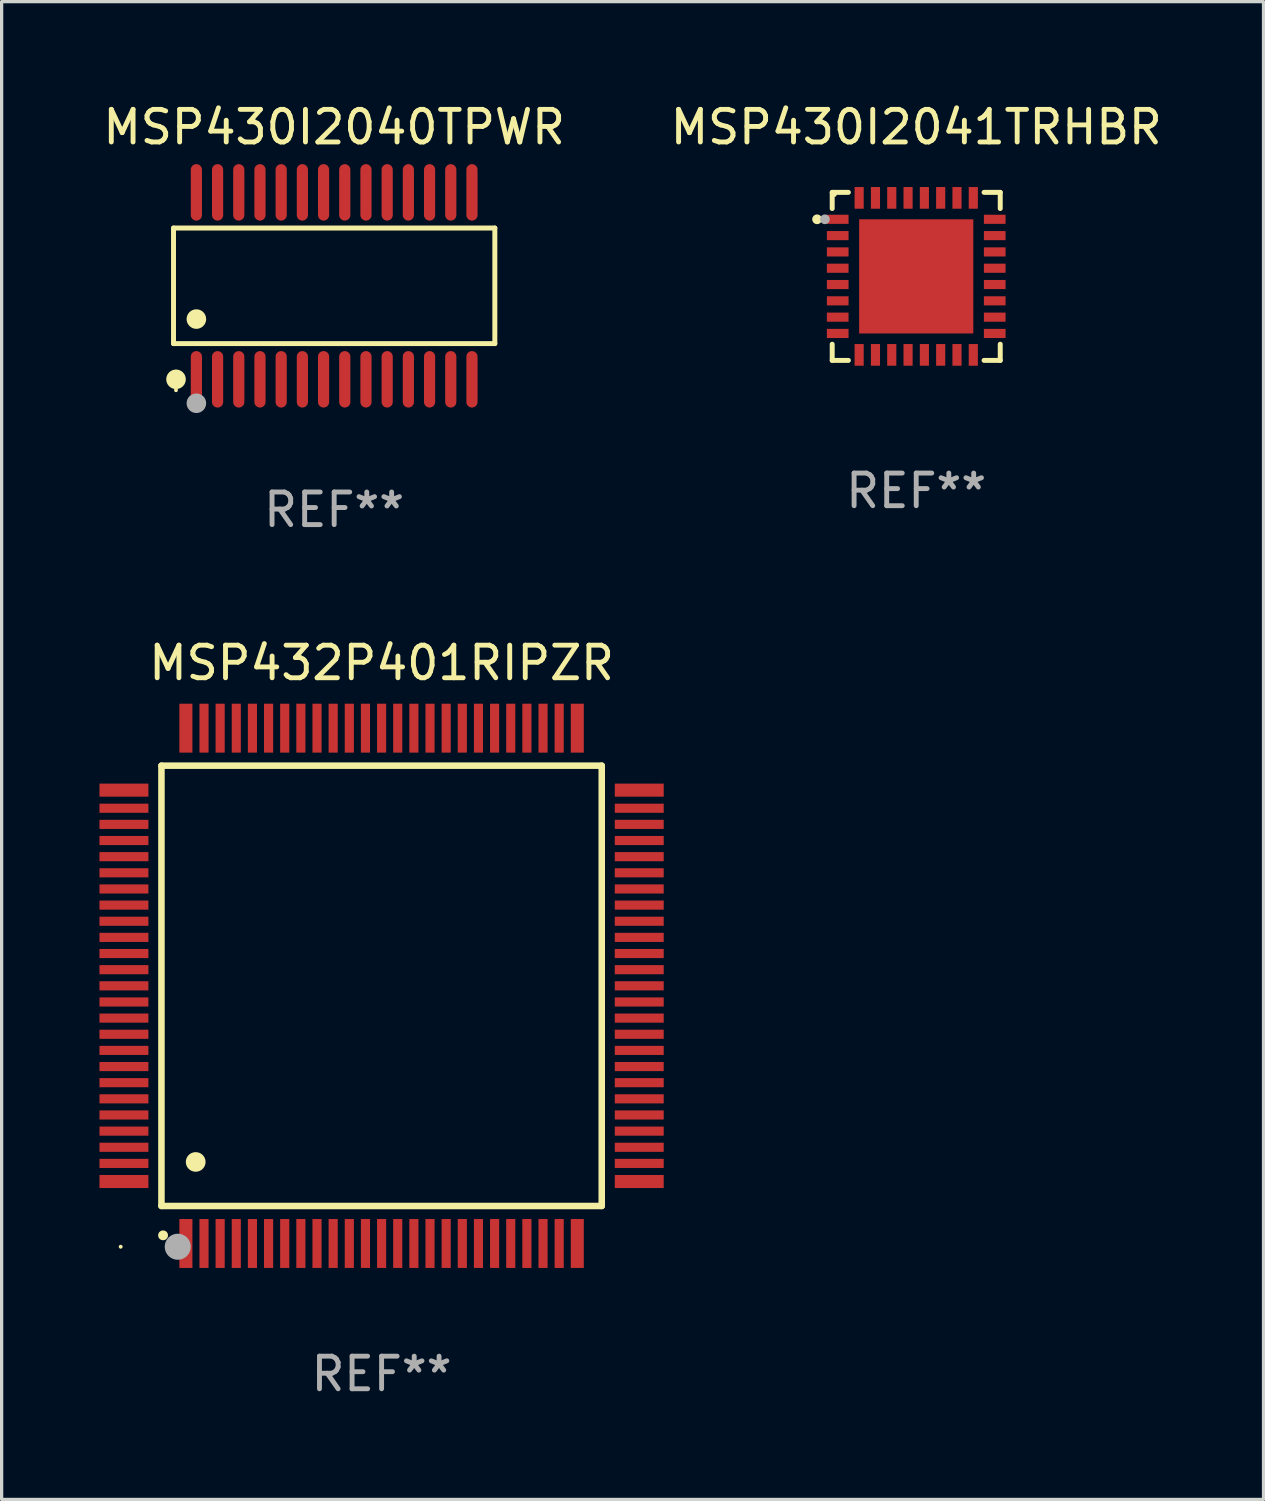
<source format=kicad_pcb>
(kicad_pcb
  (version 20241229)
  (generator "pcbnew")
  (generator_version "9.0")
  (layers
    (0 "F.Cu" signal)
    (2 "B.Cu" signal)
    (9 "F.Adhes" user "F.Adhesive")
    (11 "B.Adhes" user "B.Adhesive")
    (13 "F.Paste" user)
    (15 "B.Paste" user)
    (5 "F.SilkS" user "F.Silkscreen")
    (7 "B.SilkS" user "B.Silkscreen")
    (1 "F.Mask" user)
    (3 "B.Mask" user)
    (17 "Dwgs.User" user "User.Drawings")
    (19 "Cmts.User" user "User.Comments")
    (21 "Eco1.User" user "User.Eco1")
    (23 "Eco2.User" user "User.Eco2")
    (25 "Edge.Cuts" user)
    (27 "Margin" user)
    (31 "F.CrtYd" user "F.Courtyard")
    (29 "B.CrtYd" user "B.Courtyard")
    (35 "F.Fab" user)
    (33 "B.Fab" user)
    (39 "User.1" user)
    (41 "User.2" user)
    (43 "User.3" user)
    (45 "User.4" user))
  (footprint "MSP430I2041TRHBR"
    (layer "F.Cu")
    (at 25.042 5.424)
    (property "Reference" "MSP430I2041TRHBR" (at 0 -4.576 0) (layer "F.SilkS") (effects (font (size 1 1) (thickness 0.15))))
    (attr through_hole)
    (fp_line (start -2.576 -2.576) (end -2.576 -2.08) (stroke (width 0.152) (type solid)) (layer "F.SilkS"))
    (fp_line (start -2.576 2.576) (end -2.576 2.08) (stroke (width 0.152) (type solid)) (layer "F.SilkS"))
    (fp_line (start -2.08 -2.576) (end -2.576 -2.576) (stroke (width 0.152) (type solid)) (layer "F.SilkS"))
    (fp_line (start -2.08 2.576) (end -2.576 2.576) (stroke (width 0.152) (type solid)) (layer "F.SilkS"))
    (fp_line (start 2.08 -2.576) (end 2.576 -2.576) (stroke (width 0.152) (type solid)) (layer "F.SilkS"))
    (fp_line (start 2.08 2.576) (end 2.576 2.576) (stroke (width 0.152) (type solid)) (layer "F.SilkS"))
    (fp_line (start 2.576 -2.576) (end 2.576 -2.08) (stroke (width 0.152) (type solid)) (layer "F.SilkS"))
    (fp_line (start 2.576 2.576) (end 2.576 2.08) (stroke (width 0.152) (type solid)) (layer "F.SilkS"))
    (fp_circle (center -3.04 -1.75) (end -2.965 -1.75) (stroke (width 0.15) (type solid)) (fill no) (layer "F.SilkS"))
    (fp_circle (center -2.5 -2.5) (end -2.47 -2.5) (stroke (width 0.06) (type solid)) (fill no) (layer "F.SilkS"))
    (fp_circle (center -2.8 -1.75) (end -2.725 -1.75) (stroke (width 0.15) (type solid)) (fill no) (layer "F.Fab"))
    (fp_text user "REF**" (at 0 6.576 0) (layer "F.Fab") (effects (font (size 1 1) (thickness 0.15))))
    (pad "1" smd rect (at -2.407 -1.75) (size 0.665 0.28) (layers "F.Cu" "F.Mask" "F.Paste"))
    (pad "2" smd rect (at -2.407 -1.25) (size 0.665 0.28) (layers "F.Cu" "F.Mask" "F.Paste"))
    (pad "3" smd rect (at -2.407 -0.75) (size 0.665 0.28) (layers "F.Cu" "F.Mask" "F.Paste"))
    (pad "4" smd rect (at -2.407 -0.25) (size 0.665 0.28) (layers "F.Cu" "F.Mask" "F.Paste"))
    (pad "5" smd rect (at -2.407 0.25) (size 0.665 0.28) (layers "F.Cu" "F.Mask" "F.Paste"))
    (pad "6" smd rect (at -2.407 0.75) (size 0.665 0.28) (layers "F.Cu" "F.Mask" "F.Paste"))
    (pad "7" smd rect (at -2.407 1.25) (size 0.665 0.28) (layers "F.Cu" "F.Mask" "F.Paste"))
    (pad "8" smd rect (at -2.407 1.75) (size 0.665 0.28) (layers "F.Cu" "F.Mask" "F.Paste"))
    (pad "9" smd rect (at -1.75 2.407) (size 0.28 0.665) (layers "F.Cu" "F.Mask" "F.Paste"))
    (pad "10" smd rect (at -1.25 2.407) (size 0.28 0.665) (layers "F.Cu" "F.Mask" "F.Paste"))
    (pad "11" smd rect (at -0.75 2.407) (size 0.28 0.665) (layers "F.Cu" "F.Mask" "F.Paste"))
    (pad "12" smd rect (at -0.25 2.407) (size 0.28 0.665) (layers "F.Cu" "F.Mask" "F.Paste"))
    (pad "13" smd rect (at 0.25 2.407) (size 0.28 0.665) (layers "F.Cu" "F.Mask" "F.Paste"))
    (pad "14" smd rect (at 0.75 2.407) (size 0.28 0.665) (layers "F.Cu" "F.Mask" "F.Paste"))
    (pad "15" smd rect (at 1.25 2.407) (size 0.28 0.665) (layers "F.Cu" "F.Mask" "F.Paste"))
    (pad "16" smd rect (at 1.75 2.407) (size 0.28 0.665) (layers "F.Cu" "F.Mask" "F.Paste"))
    (pad "17" smd rect (at 2.407 1.75) (size 0.665 0.28) (layers "F.Cu" "F.Mask" "F.Paste"))
    (pad "18" smd rect (at 2.407 1.25) (size 0.665 0.28) (layers "F.Cu" "F.Mask" "F.Paste"))
    (pad "19" smd rect (at 2.407 0.75) (size 0.665 0.28) (layers "F.Cu" "F.Mask" "F.Paste"))
    (pad "20" smd rect (at 2.407 0.25) (size 0.665 0.28) (layers "F.Cu" "F.Mask" "F.Paste"))
    (pad "21" smd rect (at 2.407 -0.25) (size 0.665 0.28) (layers "F.Cu" "F.Mask" "F.Paste"))
    (pad "22" smd rect (at 2.407 -0.75) (size 0.665 0.28) (layers "F.Cu" "F.Mask" "F.Paste"))
    (pad "23" smd rect (at 2.407 -1.25) (size 0.665 0.28) (layers "F.Cu" "F.Mask" "F.Paste"))
    (pad "24" smd rect (at 2.407 -1.75) (size 0.665 0.28) (layers "F.Cu" "F.Mask" "F.Paste"))
    (pad "25" smd rect (at 1.75 -2.407) (size 0.28 0.665) (layers "F.Cu" "F.Mask" "F.Paste"))
    (pad "26" smd rect (at 1.25 -2.407) (size 0.28 0.665) (layers "F.Cu" "F.Mask" "F.Paste"))
    (pad "27" smd rect (at 0.75 -2.407) (size 0.28 0.665) (layers "F.Cu" "F.Mask" "F.Paste"))
    (pad "28" smd rect (at 0.25 -2.407) (size 0.28 0.665) (layers "F.Cu" "F.Mask" "F.Paste"))
    (pad "29" smd rect (at -0.25 -2.407) (size 0.28 0.665) (layers "F.Cu" "F.Mask" "F.Paste"))
    (pad "30" smd rect (at -0.75 -2.407) (size 0.28 0.665) (layers "F.Cu" "F.Mask" "F.Paste"))
    (pad "31" smd rect (at -1.25 -2.407) (size 0.28 0.665) (layers "F.Cu" "F.Mask" "F.Paste"))
    (pad "32" smd rect (at -1.75 -2.407) (size 0.28 0.665) (layers "F.Cu" "F.Mask" "F.Paste"))
    (pad "33" smd rect (at 0 0) (size 3.5 3.5) (layers "F.Cu" "F.Mask" "F.Paste")))
  (footprint "MSP430I2040TPWR"
    (layer "F.Cu")
    (at 7.196 5.714)
    (property "Reference" "MSP430I2040TPWR" (at 0 -4.866 0) (layer "F.SilkS") (effects (font (size 1 1) (thickness 0.15))))
    (attr through_hole)
    (fp_line (start -4.926 -1.772) (end 4.926 -1.772) (stroke (width 0.152) (type solid)) (layer "F.SilkS"))
    (fp_line (start -4.926 1.771) (end -4.926 -1.772) (stroke (width 0.152) (type solid)) (layer "F.SilkS"))
    (fp_line (start 4.926 -1.772) (end 4.926 1.771) (stroke (width 0.152) (type solid)) (layer "F.SilkS"))
    (fp_line (start 4.926 1.771) (end -4.926 1.771) (stroke (width 0.152) (type solid)) (layer "F.SilkS"))
    (fp_circle (center -4.85 3.2) (end -4.82 3.2) (stroke (width 0.06) (type solid)) (fill no) (layer "F.SilkS"))
    (fp_circle (center -4.849 2.866) (end -4.699 2.866) (stroke (width 0.3) (type solid)) (fill no) (layer "F.SilkS"))
    (fp_circle (center -4.225 1.019) (end -4.075 1.019) (stroke (width 0.3) (type solid)) (fill no) (layer "F.SilkS"))
    (fp_circle (center -4.225 3.6) (end -4.075 3.6) (stroke (width 0.3) (type solid)) (fill no) (layer "F.Fab"))
    (fp_text user "REF**" (at 0 6.866 0) (layer "F.Fab") (effects (font (size 1 1) (thickness 0.15))))
    (pad "1" smd oval (at -4.225 2.866) (size 0.343 1.731) (layers "F.Cu" "F.Mask" "F.Paste"))
    (pad "2" smd oval (at -3.575 2.866) (size 0.343 1.731) (layers "F.Cu" "F.Mask" "F.Paste"))
    (pad "3" smd oval (at -2.925 2.866) (size 0.343 1.731) (layers "F.Cu" "F.Mask" "F.Paste"))
    (pad "4" smd oval (at -2.275 2.866) (size 0.343 1.731) (layers "F.Cu" "F.Mask" "F.Paste"))
    (pad "5" smd oval (at -1.625 2.866) (size 0.343 1.731) (layers "F.Cu" "F.Mask" "F.Paste"))
    (pad "6" smd oval (at -0.975 2.866) (size 0.343 1.731) (layers "F.Cu" "F.Mask" "F.Paste"))
    (pad "7" smd oval (at -0.325 2.866) (size 0.343 1.731) (layers "F.Cu" "F.Mask" "F.Paste"))
    (pad "8" smd oval (at 0.325 2.866) (size 0.343 1.731) (layers "F.Cu" "F.Mask" "F.Paste"))
    (pad "9" smd oval (at 0.975 2.866) (size 0.343 1.731) (layers "F.Cu" "F.Mask" "F.Paste"))
    (pad "10" smd oval (at 1.625 2.866) (size 0.343 1.731) (layers "F.Cu" "F.Mask" "F.Paste"))
    (pad "11" smd oval (at 2.275 2.866) (size 0.343 1.731) (layers "F.Cu" "F.Mask" "F.Paste"))
    (pad "12" smd oval (at 2.925 2.866) (size 0.343 1.731) (layers "F.Cu" "F.Mask" "F.Paste"))
    (pad "13" smd oval (at 3.575 2.866) (size 0.343 1.731) (layers "F.Cu" "F.Mask" "F.Paste"))
    (pad "14" smd oval (at 4.225 2.866) (size 0.343 1.731) (layers "F.Cu" "F.Mask" "F.Paste"))
    (pad "15" smd oval (at 4.225 -2.866) (size 0.343 1.731) (layers "F.Cu" "F.Mask" "F.Paste"))
    (pad "16" smd oval (at 3.575 -2.866) (size 0.343 1.731) (layers "F.Cu" "F.Mask" "F.Paste"))
    (pad "17" smd oval (at 2.925 -2.866) (size 0.343 1.731) (layers "F.Cu" "F.Mask" "F.Paste"))
    (pad "18" smd oval (at 2.275 -2.866) (size 0.343 1.731) (layers "F.Cu" "F.Mask" "F.Paste"))
    (pad "19" smd oval (at 1.625 -2.866) (size 0.343 1.731) (layers "F.Cu" "F.Mask" "F.Paste"))
    (pad "20" smd oval (at 0.975 -2.866) (size 0.343 1.731) (layers "F.Cu" "F.Mask" "F.Paste"))
    (pad "21" smd oval (at 0.325 -2.866) (size 0.343 1.731) (layers "F.Cu" "F.Mask" "F.Paste"))
    (pad "22" smd oval (at -0.325 -2.866) (size 0.343 1.731) (layers "F.Cu" "F.Mask" "F.Paste"))
    (pad "23" smd oval (at -0.975 -2.866) (size 0.343 1.731) (layers "F.Cu" "F.Mask" "F.Paste"))
    (pad "24" smd oval (at -1.625 -2.866) (size 0.343 1.731) (layers "F.Cu" "F.Mask" "F.Paste"))
    (pad "25" smd oval (at -2.275 -2.866) (size 0.343 1.731) (layers "F.Cu" "F.Mask" "F.Paste"))
    (pad "26" smd oval (at -2.925 -2.866) (size 0.343 1.731) (layers "F.Cu" "F.Mask" "F.Paste"))
    (pad "27" smd oval (at -3.575 -2.866) (size 0.343 1.731) (layers "F.Cu" "F.Mask" "F.Paste"))
    (pad "28" smd oval (at -4.225 -2.866) (size 0.343 1.731) (layers "F.Cu" "F.Mask" "F.Paste")))
  (footprint "MSP432P401RIPZR"
    (layer "F.Cu")
    (at 8.65 27.176)
    (property "Reference" "MSP432P401RIPZR" (at 0 -9.9 0) (layer "F.SilkS") (effects (font (size 1 1) (thickness 0.15))))
    (attr through_hole)
    (fp_line (start -6.75 -6.75) (end -6.75 6.75) (stroke (width 0.2) (type solid)) (layer "F.SilkS"))
    (fp_line (start -6.75 6.75) (end 6.75 6.75) (stroke (width 0.2) (type solid)) (layer "F.SilkS"))
    (fp_line (start 6.75 -6.75) (end -6.75 -6.75) (stroke (width 0.2) (type solid)) (layer "F.SilkS"))
    (fp_line (start 6.75 6.75) (end 6.75 -6.75) (stroke (width 0.2) (type solid)) (layer "F.SilkS"))
    (fp_arc (start -6.701321 7.650013) (mid -6.700051 7.650008) (end -6.698781 7.650013) (stroke (width 0.3) (type solid)) (layer "F.SilkS"))
    (fp_arc (start -5.702515 5.400025) (mid -5.699975 5.400014) (end -5.697435 5.400025) (stroke (width 0.6) (type solid)) (layer "F.SilkS"))
    (fp_circle (center -8 8) (end -7.97 8) (stroke (width 0.06) (type solid)) (fill no) (layer "F.SilkS"))
    (fp_circle (center -6.25 8) (end -6.05 8) (stroke (width 0.4) (type solid)) (fill no) (layer "F.Fab"))
    (fp_text user "REF**" (at 0 11.9 0) (layer "F.Fab") (effects (font (size 1 1) (thickness 0.15))))
    (pad "1" smd rect (at -6 7.9 180) (size 0.4 1.5) (layers "F.Cu" "F.Mask" "F.Paste"))
    (pad "2" smd rect (at -5.445 7.9 180) (size 0.28 1.5) (layers "F.Cu" "F.Mask" "F.Paste"))
    (pad "3" smd rect (at -4.95 7.9 180) (size 0.28 1.5) (layers "F.Cu" "F.Mask" "F.Paste"))
    (pad "4" smd rect (at -4.455 7.9 180) (size 0.28 1.5) (layers "F.Cu" "F.Mask" "F.Paste"))
    (pad "5" smd rect (at -3.96 7.9 180) (size 0.28 1.5) (layers "F.Cu" "F.Mask" "F.Paste"))
    (pad "6" smd rect (at -3.465 7.9 180) (size 0.28 1.5) (layers "F.Cu" "F.Mask" "F.Paste"))
    (pad "7" smd rect (at -2.97 7.9 180) (size 0.28 1.5) (layers "F.Cu" "F.Mask" "F.Paste"))
    (pad "8" smd rect (at -2.475 7.9 180) (size 0.28 1.5) (layers "F.Cu" "F.Mask" "F.Paste"))
    (pad "9" smd rect (at -1.98 7.9 180) (size 0.28 1.5) (layers "F.Cu" "F.Mask" "F.Paste"))
    (pad "10" smd rect (at -1.485 7.9 180) (size 0.28 1.5) (layers "F.Cu" "F.Mask" "F.Paste"))
    (pad "11" smd rect (at -0.99 7.9 180) (size 0.28 1.5) (layers "F.Cu" "F.Mask" "F.Paste"))
    (pad "12" smd rect (at -0.495 7.9 180) (size 0.28 1.5) (layers "F.Cu" "F.Mask" "F.Paste"))
    (pad "13" smd rect (at 0.000178 7.9 180) (size 0.28 1.5) (layers "F.Cu" "F.Mask" "F.Paste"))
    (pad "14" smd rect (at 0.495 7.9 180) (size 0.28 1.5) (layers "F.Cu" "F.Mask" "F.Paste"))
    (pad "15" smd rect (at 0.99 7.9 180) (size 0.28 1.5) (layers "F.Cu" "F.Mask" "F.Paste"))
    (pad "16" smd rect (at 1.485 7.9 180) (size 0.28 1.5) (layers "F.Cu" "F.Mask" "F.Paste"))
    (pad "17" smd rect (at 1.98 7.9 180) (size 0.28 1.5) (layers "F.Cu" "F.Mask" "F.Paste"))
    (pad "18" smd rect (at 2.475 7.9 180) (size 0.28 1.5) (layers "F.Cu" "F.Mask" "F.Paste"))
    (pad "19" smd rect (at 2.97 7.9 180) (size 0.28 1.5) (layers "F.Cu" "F.Mask" "F.Paste"))
    (pad "20" smd rect (at 3.465 7.9 180) (size 0.28 1.5) (layers "F.Cu" "F.Mask" "F.Paste"))
    (pad "21" smd rect (at 3.96 7.9 180) (size 0.28 1.5) (layers "F.Cu" "F.Mask" "F.Paste"))
    (pad "22" smd rect (at 4.455 7.9 180) (size 0.28 1.5) (layers "F.Cu" "F.Mask" "F.Paste"))
    (pad "23" smd rect (at 4.95 7.9 180) (size 0.28 1.5) (layers "F.Cu" "F.Mask" "F.Paste"))
    (pad "24" smd rect (at 5.445 7.9 180) (size 0.28 1.5) (layers "F.Cu" "F.Mask" "F.Paste"))
    (pad "25" smd rect (at 6 7.9 180) (size 0.4 1.5) (layers "F.Cu" "F.Mask" "F.Paste"))
    (pad "26" smd rect (at 7.9 6 90) (size 0.4 1.5) (layers "F.Cu" "F.Mask" "F.Paste"))
    (pad "27" smd rect (at 7.9 5.445 90) (size 0.28 1.5) (layers "F.Cu" "F.Mask" "F.Paste"))
    (pad "28" smd rect (at 7.9 4.95 90) (size 0.28 1.5) (layers "F.Cu" "F.Mask" "F.Paste"))
    (pad "29" smd rect (at 7.9 4.455 90) (size 0.28 1.5) (layers "F.Cu" "F.Mask" "F.Paste"))
    (pad "30" smd rect (at 7.9 3.96 90) (size 0.28 1.5) (layers "F.Cu" "F.Mask" "F.Paste"))
    (pad "31" smd rect (at 7.9 3.465 90) (size 0.28 1.5) (layers "F.Cu" "F.Mask" "F.Paste"))
    (pad "32" smd rect (at 7.9 2.97 90) (size 0.28 1.5) (layers "F.Cu" "F.Mask" "F.Paste"))
    (pad "33" smd rect (at 7.9 2.475 90) (size 0.28 1.5) (layers "F.Cu" "F.Mask" "F.Paste"))
    (pad "34" smd rect (at 7.9 1.98 90) (size 0.28 1.5) (layers "F.Cu" "F.Mask" "F.Paste"))
    (pad "35" smd rect (at 7.9 1.485 90) (size 0.28 1.5) (layers "F.Cu" "F.Mask" "F.Paste"))
    (pad "36" smd rect (at 7.9 0.99 90) (size 0.28 1.5) (layers "F.Cu" "F.Mask" "F.Paste"))
    (pad "37" smd rect (at 7.9 0.495 90) (size 0.28 1.5) (layers "F.Cu" "F.Mask" "F.Paste"))
    (pad "38" smd rect (at 7.9 0 90) (size 0.28 1.5) (layers "F.Cu" "F.Mask" "F.Paste"))
    (pad "39" smd rect (at 7.9 -0.495 90) (size 0.28 1.5) (layers "F.Cu" "F.Mask" "F.Paste"))
    (pad "40" smd rect (at 7.9 -0.99 90) (size 0.28 1.5) (layers "F.Cu" "F.Mask" "F.Paste"))
    (pad "41" smd rect (at 7.9 -1.485 90) (size 0.28 1.5) (layers "F.Cu" "F.Mask" "F.Paste"))
    (pad "42" smd rect (at 7.9 -1.98 90) (size 0.28 1.5) (layers "F.Cu" "F.Mask" "F.Paste"))
    (pad "43" smd rect (at 7.9 -2.475 90) (size 0.28 1.5) (layers "F.Cu" "F.Mask" "F.Paste"))
    (pad "44" smd rect (at 7.9 -2.97 90) (size 0.28 1.5) (layers "F.Cu" "F.Mask" "F.Paste"))
    (pad "45" smd rect (at 7.9 -3.465 90) (size 0.28 1.5) (layers "F.Cu" "F.Mask" "F.Paste"))
    (pad "46" smd rect (at 7.9 -3.96 90) (size 0.28 1.5) (layers "F.Cu" "F.Mask" "F.Paste"))
    (pad "47" smd rect (at 7.9 -4.455 90) (size 0.28 1.5) (layers "F.Cu" "F.Mask" "F.Paste"))
    (pad "48" smd rect (at 7.9 -4.95 90) (size 0.28 1.5) (layers "F.Cu" "F.Mask" "F.Paste"))
    (pad "49" smd rect (at 7.9 -5.445 90) (size 0.28 1.5) (layers "F.Cu" "F.Mask" "F.Paste"))
    (pad "50" smd rect (at 7.9 -6 90) (size 0.4 1.5) (layers "F.Cu" "F.Mask" "F.Paste"))
    (pad "51" smd rect (at 6 -7.9 180) (size 0.4 1.5) (layers "F.Cu" "F.Mask" "F.Paste"))
    (pad "52" smd rect (at 5.445 -7.9 180) (size 0.28 1.5) (layers "F.Cu" "F.Mask" "F.Paste"))
    (pad "53" smd rect (at 4.95 -7.9 180) (size 0.28 1.5) (layers "F.Cu" "F.Mask" "F.Paste"))
    (pad "54" smd rect (at 4.455 -7.9 180) (size 0.28 1.5) (layers "F.Cu" "F.Mask" "F.Paste"))
    (pad "55" smd rect (at 3.96 -7.9 180) (size 0.28 1.5) (layers "F.Cu" "F.Mask" "F.Paste"))
    (pad "56" smd rect (at 3.465 -7.9 180) (size 0.28 1.5) (layers "F.Cu" "F.Mask" "F.Paste"))
    (pad "57" smd rect (at 2.97 -7.9 180) (size 0.28 1.5) (layers "F.Cu" "F.Mask" "F.Paste"))
    (pad "58" smd rect (at 2.475 -7.9 180) (size 0.28 1.5) (layers "F.Cu" "F.Mask" "F.Paste"))
    (pad "59" smd rect (at 1.98 -7.9 180) (size 0.28 1.5) (layers "F.Cu" "F.Mask" "F.Paste"))
    (pad "60" smd rect (at 1.485 -7.9 180) (size 0.28 1.5) (layers "F.Cu" "F.Mask" "F.Paste"))
    (pad "61" smd rect (at 0.99 -7.9 180) (size 0.28 1.5) (layers "F.Cu" "F.Mask" "F.Paste"))
    (pad "62" smd rect (at 0.495 -7.9 180) (size 0.28 1.5) (layers "F.Cu" "F.Mask" "F.Paste"))
    (pad "63" smd rect (at 0.000178 -7.9 180) (size 0.28 1.5) (layers "F.Cu" "F.Mask" "F.Paste"))
    (pad "64" smd rect (at -0.495 -7.9 180) (size 0.28 1.5) (layers "F.Cu" "F.Mask" "F.Paste"))
    (pad "65" smd rect (at -0.99 -7.9 180) (size 0.28 1.5) (layers "F.Cu" "F.Mask" "F.Paste"))
    (pad "66" smd rect (at -1.485 -7.9 180) (size 0.28 1.5) (layers "F.Cu" "F.Mask" "F.Paste"))
    (pad "67" smd rect (at -1.98 -7.9 180) (size 0.28 1.5) (layers "F.Cu" "F.Mask" "F.Paste"))
    (pad "68" smd rect (at -2.475 -7.9 180) (size 0.28 1.5) (layers "F.Cu" "F.Mask" "F.Paste"))
    (pad "69" smd rect (at -2.97 -7.9 180) (size 0.28 1.5) (layers "F.Cu" "F.Mask" "F.Paste"))
    (pad "70" smd rect (at -3.465 -7.9 180) (size 0.28 1.5) (layers "F.Cu" "F.Mask" "F.Paste"))
    (pad "71" smd rect (at -3.96 -7.9 180) (size 0.28 1.5) (layers "F.Cu" "F.Mask" "F.Paste"))
    (pad "72" smd rect (at -4.455 -7.9 180) (size 0.28 1.5) (layers "F.Cu" "F.Mask" "F.Paste"))
    (pad "73" smd rect (at -4.95 -7.9 180) (size 0.28 1.5) (layers "F.Cu" "F.Mask" "F.Paste"))
    (pad "74" smd rect (at -5.445 -7.9 180) (size 0.28 1.5) (layers "F.Cu" "F.Mask" "F.Paste"))
    (pad "75" smd rect (at -6 -7.9 180) (size 0.4 1.5) (layers "F.Cu" "F.Mask" "F.Paste"))
    (pad "76" smd rect (at -7.9 -6 90) (size 0.4 1.5) (layers "F.Cu" "F.Mask" "F.Paste"))
    (pad "77" smd rect (at -7.9 -5.445 90) (size 0.28 1.5) (layers "F.Cu" "F.Mask" "F.Paste"))
    (pad "78" smd rect (at -7.9 -4.95 90) (size 0.28 1.5) (layers "F.Cu" "F.Mask" "F.Paste"))
    (pad "79" smd rect (at -7.9 -4.455 90) (size 0.28 1.5) (layers "F.Cu" "F.Mask" "F.Paste"))
    (pad "80" smd rect (at -7.9 -3.96 90) (size 0.28 1.5) (layers "F.Cu" "F.Mask" "F.Paste"))
    (pad "81" smd rect (at -7.9 -3.465 90) (size 0.28 1.5) (layers "F.Cu" "F.Mask" "F.Paste"))
    (pad "82" smd rect (at -7.9 -2.97 90) (size 0.28 1.5) (layers "F.Cu" "F.Mask" "F.Paste"))
    (pad "83" smd rect (at -7.9 -2.475 90) (size 0.28 1.5) (layers "F.Cu" "F.Mask" "F.Paste"))
    (pad "84" smd rect (at -7.9 -1.98 90) (size 0.28 1.5) (layers "F.Cu" "F.Mask" "F.Paste"))
    (pad "85" smd rect (at -7.9 -1.485 90) (size 0.28 1.5) (layers "F.Cu" "F.Mask" "F.Paste"))
    (pad "86" smd rect (at -7.9 -0.99 90) (size 0.28 1.5) (layers "F.Cu" "F.Mask" "F.Paste"))
    (pad "87" smd rect (at -7.9 -0.495 90) (size 0.28 1.5) (layers "F.Cu" "F.Mask" "F.Paste"))
    (pad "88" smd rect (at -7.9 0 90) (size 0.28 1.5) (layers "F.Cu" "F.Mask" "F.Paste"))
    (pad "89" smd rect (at -7.9 0.495 90) (size 0.28 1.5) (layers "F.Cu" "F.Mask" "F.Paste"))
    (pad "90" smd rect (at -7.9 0.99 90) (size 0.28 1.5) (layers "F.Cu" "F.Mask" "F.Paste"))
    (pad "91" smd rect (at -7.9 1.485 90) (size 0.28 1.5) (layers "F.Cu" "F.Mask" "F.Paste"))
    (pad "92" smd rect (at -7.9 1.98 90) (size 0.28 1.5) (layers "F.Cu" "F.Mask" "F.Paste"))
    (pad "93" smd rect (at -7.9 2.475 90) (size 0.28 1.5) (layers "F.Cu" "F.Mask" "F.Paste"))
    (pad "94" smd rect (at -7.9 2.97 90) (size 0.28 1.5) (layers "F.Cu" "F.Mask" "F.Paste"))
    (pad "95" smd rect (at -7.9 3.465 90) (size 0.28 1.5) (layers "F.Cu" "F.Mask" "F.Paste"))
    (pad "96" smd rect (at -7.9 3.96 90) (size 0.28 1.5) (layers "F.Cu" "F.Mask" "F.Paste"))
    (pad "97" smd rect (at -7.9 4.455 90) (size 0.28 1.5) (layers "F.Cu" "F.Mask" "F.Paste"))
    (pad "98" smd rect (at -7.9 4.95 90) (size 0.28 1.5) (layers "F.Cu" "F.Mask" "F.Paste"))
    (pad "99" smd rect (at -7.9 5.445 90) (size 0.28 1.5) (layers "F.Cu" "F.Mask" "F.Paste"))
    (pad "100" smd rect (at -7.9 6 90) (size 0.4 1.5) (layers "F.Cu" "F.Mask" "F.Paste")))
  (gr_rect
    (start -3 -3)
    (end 35.69 42.924)
    (stroke (width 0.1) (type default))
    (fill no)
    (layer "Edge.Cuts")))
</source>
